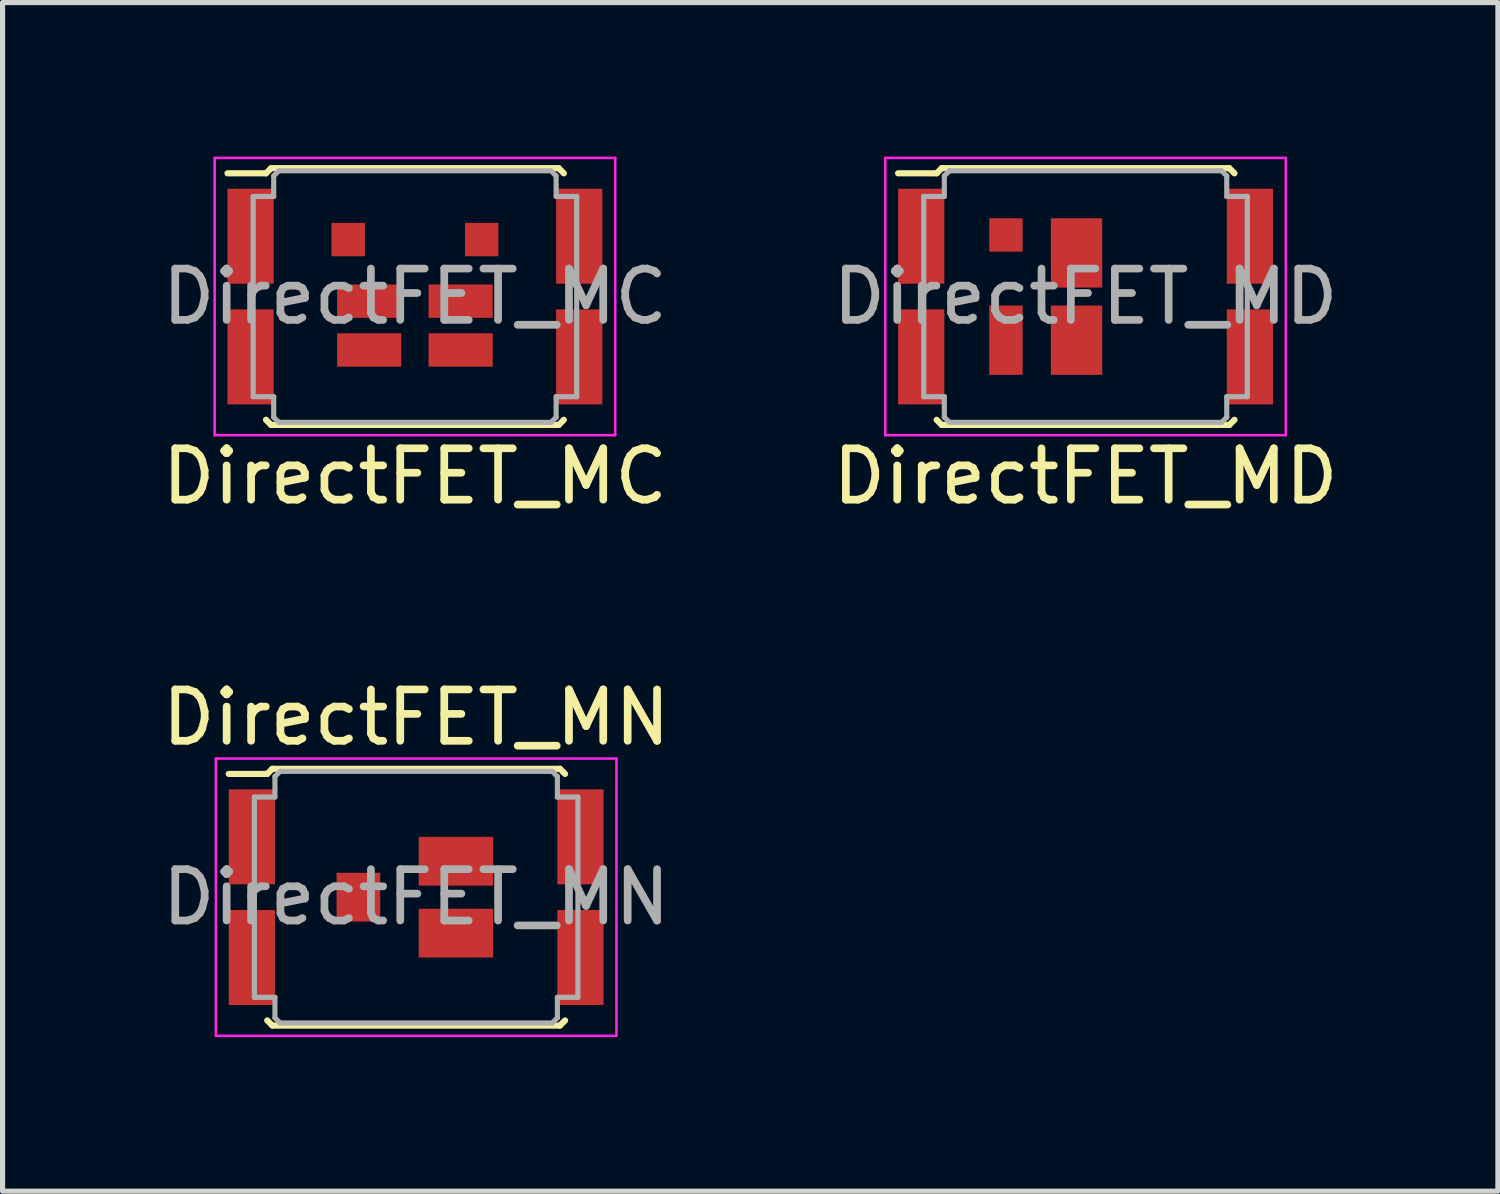
<source format=kicad_pcb>
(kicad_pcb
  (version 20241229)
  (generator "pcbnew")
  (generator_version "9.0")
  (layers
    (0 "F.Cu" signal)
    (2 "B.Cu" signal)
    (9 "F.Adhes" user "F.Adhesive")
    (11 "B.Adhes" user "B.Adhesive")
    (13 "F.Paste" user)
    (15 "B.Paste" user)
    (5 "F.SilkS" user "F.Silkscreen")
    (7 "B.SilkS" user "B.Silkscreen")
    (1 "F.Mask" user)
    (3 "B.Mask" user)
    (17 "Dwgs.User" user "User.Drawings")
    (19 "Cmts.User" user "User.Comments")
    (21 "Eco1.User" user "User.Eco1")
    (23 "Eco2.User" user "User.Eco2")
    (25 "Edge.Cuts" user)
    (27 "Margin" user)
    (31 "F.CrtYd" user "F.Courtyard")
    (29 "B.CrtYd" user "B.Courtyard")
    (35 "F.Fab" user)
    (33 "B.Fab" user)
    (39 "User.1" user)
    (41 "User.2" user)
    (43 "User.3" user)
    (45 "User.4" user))
  (footprint "DirectFET_MD"
    (layer "F.Cu")
    (at 18.089 2.725)
    (property "Reference" "DirectFET_MD" (at 0 3.5 0) (layer "F.SilkS") (effects (font (size 1 1) (thickness 0.15))))
    (attr smd)
    (fp_line (start -3.65 -2.4) (end -2.9 -2.4) (stroke (width 0.12) (type solid)) (layer "F.SilkS"))
    (fp_line (start -2.9 -2.4) (end -2.8 -2.5) (stroke (width 0.12) (type solid)) (layer "F.SilkS"))
    (fp_line (start -2.8 -2.5) (end 2.8 -2.5) (stroke (width 0.12) (type solid)) (layer "F.SilkS"))
    (fp_line (start -2.8 2.5) (end -2.9 2.4) (stroke (width 0.12) (type solid)) (layer "F.SilkS"))
    (fp_line (start 2.8 -2.5) (end 2.9 -2.4) (stroke (width 0.12) (type solid)) (layer "F.SilkS"))
    (fp_line (start 2.8 2.5) (end -2.8 2.5) (stroke (width 0.12) (type solid)) (layer "F.SilkS"))
    (fp_line (start 2.9 2.4) (end 2.8 2.5) (stroke (width 0.12) (type solid)) (layer "F.SilkS"))
    (fp_line (start -3.9 -2.7) (end -3.9 2.7) (stroke (width 0.05) (type solid)) (layer "F.CrtYd"))
    (fp_line (start -3.9 2.7) (end 3.9 2.7) (stroke (width 0.05) (type solid)) (layer "F.CrtYd"))
    (fp_line (start 3.9 -2.7) (end -3.9 -2.7) (stroke (width 0.05) (type solid)) (layer "F.CrtYd"))
    (fp_line (start 3.9 2.7) (end 3.9 -2.7) (stroke (width 0.05) (type solid)) (layer "F.CrtYd"))
    (fp_line (start -3.15 -1.95) (end -2.75 -1.95) (stroke (width 0.1) (type solid)) (layer "F.Fab"))
    (fp_line (start -3.15 1.95) (end -3.15 -1.95) (stroke (width 0.1) (type solid)) (layer "F.Fab"))
    (fp_line (start -3.15 1.95) (end -2.75 1.95) (stroke (width 0.1) (type solid)) (layer "F.Fab"))
    (fp_line (start -2.75 -2.35) (end -2.65 -2.45) (stroke (width 0.1) (type solid)) (layer "F.Fab"))
    (fp_line (start -2.75 -1.95) (end -2.75 -2.35) (stroke (width 0.1) (type solid)) (layer "F.Fab"))
    (fp_line (start -2.75 1.95) (end -2.75 2.35) (stroke (width 0.1) (type solid)) (layer "F.Fab"))
    (fp_line (start -2.75 2.35) (end -2.65 2.45) (stroke (width 0.1) (type solid)) (layer "F.Fab"))
    (fp_line (start -2.65 2.45) (end 2.65 2.45) (stroke (width 0.1) (type solid)) (layer "F.Fab"))
    (fp_line (start 2.65 -2.45) (end -2.65 -2.45) (stroke (width 0.1) (type solid)) (layer "F.Fab"))
    (fp_line (start 2.65 -2.45) (end 2.75 -2.35) (stroke (width 0.1) (type solid)) (layer "F.Fab"))
    (fp_line (start 2.75 -2.35) (end 2.75 -1.95) (stroke (width 0.1) (type solid)) (layer "F.Fab"))
    (fp_line (start 2.75 -1.95) (end 3.15 -1.95) (stroke (width 0.1) (type solid)) (layer "F.Fab"))
    (fp_line (start 2.75 1.95) (end 2.75 2.35) (stroke (width 0.1) (type solid)) (layer "F.Fab"))
    (fp_line (start 2.75 2.35) (end 2.65 2.45) (stroke (width 0.1) (type solid)) (layer "F.Fab"))
    (fp_line (start 3.15 -1.95) (end 3.15 1.95) (stroke (width 0.1) (type solid)) (layer "F.Fab"))
    (fp_line (start 3.15 1.95) (end 2.75 1.95) (stroke (width 0.1) (type solid)) (layer "F.Fab"))
    (fp_text user "${REFERENCE}" (at 0 0 0) (layer "F.Fab") (effects (font (size 1 1) (thickness 0.15))))
    (pad "1" smd rect (at -3.2 -1.175) (size 0.9 1.85) (layers "F.Cu" "F.Mask" "F.Paste"))
    (pad "1" smd rect (at -3.2 1.175) (size 0.9 1.85) (layers "F.Cu" "F.Mask" "F.Paste"))
    (pad "1" smd rect (at 3.2 -1.175) (size 0.9 1.85) (layers "F.Cu" "F.Mask" "F.Paste"))
    (pad "1" smd rect (at 3.2 1.175) (size 0.9 1.85) (layers "F.Cu" "F.Mask" "F.Paste"))
    (pad "2" smd rect (at -1.55 -1.2) (size 0.65 0.65) (layers "F.Cu" "F.Mask" "F.Paste"))
    (pad "3" smd rect (at -1.55 0.85) (size 0.65 1.35) (layers "F.Cu" "F.Mask" "F.Paste"))
    (pad "3" smd rect (at -0.175 -0.85) (size 1 1.35) (layers "F.Cu" "F.Mask" "F.Paste"))
    (pad "3" smd rect (at -0.175 0.85) (size 1 1.35) (layers "F.Cu" "F.Mask" "F.Paste")))
  (footprint "DirectFET_MN"
    (layer "F.Cu")
    (at 5.054 14.421)
    (property "Reference" "DirectFET_MN" (at 0 -3.5 0) (layer "F.SilkS") (effects (font (size 1 1) (thickness 0.15))))
    (attr smd)
    (fp_line (start -3.65 -2.4) (end -2.9 -2.4) (stroke (width 0.12) (type solid)) (layer "F.SilkS"))
    (fp_line (start -2.9 -2.4) (end -2.8 -2.5) (stroke (width 0.12) (type solid)) (layer "F.SilkS"))
    (fp_line (start -2.8 -2.5) (end 2.8 -2.5) (stroke (width 0.12) (type solid)) (layer "F.SilkS"))
    (fp_line (start -2.8 2.5) (end -2.9 2.4) (stroke (width 0.12) (type solid)) (layer "F.SilkS"))
    (fp_line (start 2.8 -2.5) (end 2.9 -2.4) (stroke (width 0.12) (type solid)) (layer "F.SilkS"))
    (fp_line (start 2.8 2.5) (end -2.8 2.5) (stroke (width 0.12) (type solid)) (layer "F.SilkS"))
    (fp_line (start 2.9 2.4) (end 2.8 2.5) (stroke (width 0.12) (type solid)) (layer "F.SilkS"))
    (fp_line (start -3.9 -2.7) (end -3.9 2.7) (stroke (width 0.05) (type solid)) (layer "F.CrtYd"))
    (fp_line (start -3.9 2.7) (end 3.9 2.7) (stroke (width 0.05) (type solid)) (layer "F.CrtYd"))
    (fp_line (start 3.9 -2.7) (end -3.9 -2.7) (stroke (width 0.05) (type solid)) (layer "F.CrtYd"))
    (fp_line (start 3.9 2.7) (end 3.9 -2.7) (stroke (width 0.05) (type solid)) (layer "F.CrtYd"))
    (fp_line (start -3.15 -1.95) (end -2.75 -1.95) (stroke (width 0.1) (type solid)) (layer "F.Fab"))
    (fp_line (start -3.15 1.95) (end -3.15 -1.95) (stroke (width 0.1) (type solid)) (layer "F.Fab"))
    (fp_line (start -3.15 1.95) (end -2.75 1.95) (stroke (width 0.1) (type solid)) (layer "F.Fab"))
    (fp_line (start -2.75 -2.35) (end -2.65 -2.45) (stroke (width 0.1) (type solid)) (layer "F.Fab"))
    (fp_line (start -2.75 -1.95) (end -2.75 -2.35) (stroke (width 0.1) (type solid)) (layer "F.Fab"))
    (fp_line (start -2.75 1.95) (end -2.75 2.35) (stroke (width 0.1) (type solid)) (layer "F.Fab"))
    (fp_line (start -2.75 2.35) (end -2.65 2.45) (stroke (width 0.1) (type solid)) (layer "F.Fab"))
    (fp_line (start -2.65 2.45) (end 2.65 2.45) (stroke (width 0.1) (type solid)) (layer "F.Fab"))
    (fp_line (start 2.65 -2.45) (end -2.65 -2.45) (stroke (width 0.1) (type solid)) (layer "F.Fab"))
    (fp_line (start 2.65 -2.45) (end 2.75 -2.35) (stroke (width 0.1) (type solid)) (layer "F.Fab"))
    (fp_line (start 2.75 -2.35) (end 2.75 -1.95) (stroke (width 0.1) (type solid)) (layer "F.Fab"))
    (fp_line (start 2.75 -1.95) (end 3.15 -1.95) (stroke (width 0.1) (type solid)) (layer "F.Fab"))
    (fp_line (start 2.75 1.95) (end 2.75 2.35) (stroke (width 0.1) (type solid)) (layer "F.Fab"))
    (fp_line (start 2.75 2.35) (end 2.65 2.45) (stroke (width 0.1) (type solid)) (layer "F.Fab"))
    (fp_line (start 3.15 -1.95) (end 3.15 1.95) (stroke (width 0.1) (type solid)) (layer "F.Fab"))
    (fp_line (start 3.15 1.95) (end 2.75 1.95) (stroke (width 0.1) (type solid)) (layer "F.Fab"))
    (fp_text user "${REFERENCE}" (at 0 0 0) (layer "F.Fab") (effects (font (size 1 1) (thickness 0.15))))
    (pad "1" smd rect (at -3.2 -1.175) (size 0.9 1.85) (layers "F.Cu" "F.Mask" "F.Paste"))
    (pad "1" smd rect (at -3.2 1.175) (size 0.9 1.85) (layers "F.Cu" "F.Mask" "F.Paste"))
    (pad "1" smd rect (at 3.2 -1.175) (size 0.9 1.85) (layers "F.Cu" "F.Mask" "F.Paste"))
    (pad "1" smd rect (at 3.2 1.175) (size 0.9 1.85) (layers "F.Cu" "F.Mask" "F.Paste"))
    (pad "2" smd rect (at -1.125 0) (size 0.85 0.95) (layers "F.Cu" "F.Mask" "F.Paste"))
    (pad "3" smd rect (at 0.775 -0.7) (size 1.45 0.95) (layers "F.Cu" "F.Mask" "F.Paste"))
    (pad "3" smd rect (at 0.775 0.7) (size 1.45 0.95) (layers "F.Cu" "F.Mask" "F.Paste")))
  (footprint "DirectFET_MC"
    (layer "F.Cu")
    (at 5.03 2.725)
    (property "Reference" "DirectFET_MC" (at 0 3.5 0) (layer "F.SilkS") (effects (font (size 1 1) (thickness 0.15))))
    (attr smd)
    (fp_line (start -3.65 -2.4) (end -2.9 -2.4) (stroke (width 0.12) (type solid)) (layer "F.SilkS"))
    (fp_line (start -2.9 -2.4) (end -2.8 -2.5) (stroke (width 0.12) (type solid)) (layer "F.SilkS"))
    (fp_line (start -2.8 -2.5) (end 2.8 -2.5) (stroke (width 0.12) (type solid)) (layer "F.SilkS"))
    (fp_line (start -2.8 2.5) (end -2.9 2.4) (stroke (width 0.12) (type solid)) (layer "F.SilkS"))
    (fp_line (start 2.8 -2.5) (end 2.9 -2.4) (stroke (width 0.12) (type solid)) (layer "F.SilkS"))
    (fp_line (start 2.8 2.5) (end -2.8 2.5) (stroke (width 0.12) (type solid)) (layer "F.SilkS"))
    (fp_line (start 2.9 2.4) (end 2.8 2.5) (stroke (width 0.12) (type solid)) (layer "F.SilkS"))
    (fp_line (start -3.9 -2.7) (end -3.9 2.7) (stroke (width 0.05) (type solid)) (layer "F.CrtYd"))
    (fp_line (start -3.9 2.7) (end 3.9 2.7) (stroke (width 0.05) (type solid)) (layer "F.CrtYd"))
    (fp_line (start 3.9 -2.7) (end -3.9 -2.7) (stroke (width 0.05) (type solid)) (layer "F.CrtYd"))
    (fp_line (start 3.9 2.7) (end 3.9 -2.7) (stroke (width 0.05) (type solid)) (layer "F.CrtYd"))
    (fp_line (start -3.15 -1.95) (end -2.75 -1.95) (stroke (width 0.1) (type solid)) (layer "F.Fab"))
    (fp_line (start -3.15 1.95) (end -3.15 -1.95) (stroke (width 0.1) (type solid)) (layer "F.Fab"))
    (fp_line (start -3.15 1.95) (end -2.75 1.95) (stroke (width 0.1) (type solid)) (layer "F.Fab"))
    (fp_line (start -2.75 -2.35) (end -2.65 -2.45) (stroke (width 0.1) (type solid)) (layer "F.Fab"))
    (fp_line (start -2.75 -1.95) (end -2.75 -2.35) (stroke (width 0.1) (type solid)) (layer "F.Fab"))
    (fp_line (start -2.75 1.95) (end -2.75 2.35) (stroke (width 0.1) (type solid)) (layer "F.Fab"))
    (fp_line (start -2.75 2.35) (end -2.65 2.45) (stroke (width 0.1) (type solid)) (layer "F.Fab"))
    (fp_line (start -2.65 2.45) (end 2.65 2.45) (stroke (width 0.1) (type solid)) (layer "F.Fab"))
    (fp_line (start 2.65 -2.45) (end -2.65 -2.45) (stroke (width 0.1) (type solid)) (layer "F.Fab"))
    (fp_line (start 2.65 -2.45) (end 2.75 -2.35) (stroke (width 0.1) (type solid)) (layer "F.Fab"))
    (fp_line (start 2.75 -2.35) (end 2.75 -1.95) (stroke (width 0.1) (type solid)) (layer "F.Fab"))
    (fp_line (start 2.75 -1.95) (end 3.15 -1.95) (stroke (width 0.1) (type solid)) (layer "F.Fab"))
    (fp_line (start 2.75 1.95) (end 2.75 2.35) (stroke (width 0.1) (type solid)) (layer "F.Fab"))
    (fp_line (start 2.75 2.35) (end 2.65 2.45) (stroke (width 0.1) (type solid)) (layer "F.Fab"))
    (fp_line (start 3.15 -1.95) (end 3.15 1.95) (stroke (width 0.1) (type solid)) (layer "F.Fab"))
    (fp_line (start 3.15 1.95) (end 2.75 1.95) (stroke (width 0.1) (type solid)) (layer "F.Fab"))
    (fp_text user "${REFERENCE}" (at 0 0 0) (layer "F.Fab") (effects (font (size 1 1) (thickness 0.15))))
    (pad "1" smd rect (at -3.2 -1.175) (size 0.9 1.85) (layers "F.Cu" "F.Mask" "F.Paste"))
    (pad "1" smd rect (at -3.2 1.175) (size 0.9 1.85) (layers "F.Cu" "F.Mask" "F.Paste"))
    (pad "1" smd rect (at 3.2 -1.175) (size 0.9 1.85) (layers "F.Cu" "F.Mask" "F.Paste"))
    (pad "1" smd rect (at 3.2 1.175) (size 0.9 1.85) (layers "F.Cu" "F.Mask" "F.Paste"))
    (pad "2" smd rect (at -1.3 -1.11) (size 0.65 0.65) (layers "F.Cu" "F.Mask" "F.Paste"))
    (pad "2" smd rect (at 1.3 -1.11) (size 0.65 0.65) (layers "F.Cu" "F.Mask" "F.Paste"))
    (pad "3" smd rect (at -0.89 0.09) (size 1.25 0.65) (layers "F.Cu" "F.Mask" "F.Paste"))
    (pad "3" smd rect (at -0.89 1.04) (size 1.25 0.65) (layers "F.Cu" "F.Mask" "F.Paste"))
    (pad "3" smd rect (at 0.89 0.09) (size 1.25 0.65) (layers "F.Cu" "F.Mask" "F.Paste"))
    (pad "3" smd rect (at 0.89 1.04) (size 1.25 0.65) (layers "F.Cu" "F.Mask" "F.Paste")))
  (gr_rect
    (start -3 -3)
    (end 26.119 20.146)
    (stroke (width 0.1) (type default))
    (fill no)
    (layer "Edge.Cuts")))
</source>
